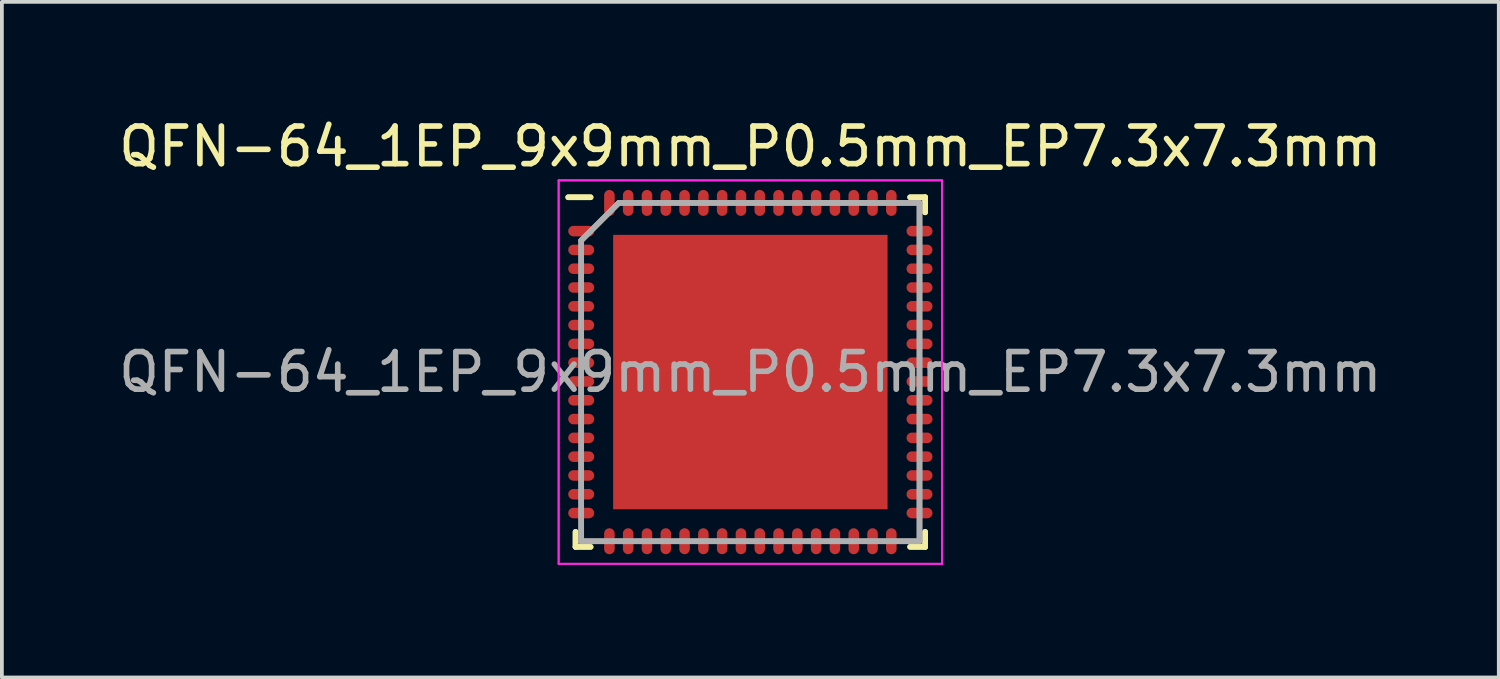
<source format=kicad_pcb>
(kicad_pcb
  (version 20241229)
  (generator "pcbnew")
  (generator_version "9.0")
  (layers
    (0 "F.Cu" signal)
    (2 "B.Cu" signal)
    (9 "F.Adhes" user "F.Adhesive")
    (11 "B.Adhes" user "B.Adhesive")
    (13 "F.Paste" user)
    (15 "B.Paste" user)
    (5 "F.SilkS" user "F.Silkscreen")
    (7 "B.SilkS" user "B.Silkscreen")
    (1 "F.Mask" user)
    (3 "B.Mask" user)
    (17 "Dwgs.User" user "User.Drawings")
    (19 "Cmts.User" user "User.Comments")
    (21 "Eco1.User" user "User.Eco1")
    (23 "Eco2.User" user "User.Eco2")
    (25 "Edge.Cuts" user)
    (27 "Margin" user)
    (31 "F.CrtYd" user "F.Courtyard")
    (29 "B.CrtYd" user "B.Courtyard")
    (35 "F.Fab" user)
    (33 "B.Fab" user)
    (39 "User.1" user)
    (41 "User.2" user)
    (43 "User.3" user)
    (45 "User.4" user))
  (footprint "QFN-64_1EP_9x9mm_P0.5mm_EP7.3x7.3mm"
    (layer "F.Cu")
    (at 16.911 6.848)
    (property "Reference" "QFN-64_1EP_9x9mm_P0.5mm_EP7.3x7.3mm" (at 0 -6 0) (layer "F.SilkS") (effects (font (size 1 1) (thickness 0.15))))
    (attr smd)
    (fp_line (start -4.65 4.65) (end -4.65 4.25) (stroke (width 0.15) (type solid)) (layer "F.SilkS"))
    (fp_line (start -4.65 4.65) (end -4.65 4.25) (stroke (width 0.15) (type solid)) (layer "F.SilkS"))
    (fp_line (start -4.25 -4.65) (end -4.845 -4.65) (stroke (width 0.15) (type solid)) (layer "F.SilkS"))
    (fp_line (start -4.25 -4.65) (end -4.845 -4.65) (stroke (width 0.15) (type solid)) (layer "F.SilkS"))
    (fp_line (start -4.25 4.65) (end -4.65 4.65) (stroke (width 0.15) (type solid)) (layer "F.SilkS"))
    (fp_line (start -4.25 4.65) (end -4.65 4.65) (stroke (width 0.15) (type solid)) (layer "F.SilkS"))
    (fp_line (start 4.25 -4.65) (end 4.65 -4.65) (stroke (width 0.15) (type solid)) (layer "F.SilkS"))
    (fp_line (start 4.25 -4.65) (end 4.65 -4.65) (stroke (width 0.15) (type solid)) (layer "F.SilkS"))
    (fp_line (start 4.25 4.65) (end 4.65 4.65) (stroke (width 0.15) (type solid)) (layer "F.SilkS"))
    (fp_line (start 4.25 4.65) (end 4.65 4.65) (stroke (width 0.15) (type solid)) (layer "F.SilkS"))
    (fp_line (start 4.65 -4.65) (end 4.65 -4.25) (stroke (width 0.15) (type solid)) (layer "F.SilkS"))
    (fp_line (start 4.65 -4.65) (end 4.65 -4.25) (stroke (width 0.15) (type solid)) (layer "F.SilkS"))
    (fp_line (start 4.65 4.65) (end 4.65 4.25) (stroke (width 0.15) (type solid)) (layer "F.SilkS"))
    (fp_line (start 4.65 4.65) (end 4.65 4.25) (stroke (width 0.15) (type solid)) (layer "F.SilkS"))
    (fp_line (start -5.1 -5.1) (end 5.1 -5.1) (stroke (width 0.05) (type solid)) (layer "F.CrtYd"))
    (fp_line (start -5.1 -5.1) (end 5.1 -5.1) (stroke (width 0.05) (type solid)) (layer "F.CrtYd"))
    (fp_line (start -5.1 5.1) (end -5.1 -5.1) (stroke (width 0.05) (type solid)) (layer "F.CrtYd"))
    (fp_line (start -5.1 5.1) (end -5.1 -5.1) (stroke (width 0.05) (type solid)) (layer "F.CrtYd"))
    (fp_line (start 5.1 -5.1) (end 5.1 5.1) (stroke (width 0.05) (type solid)) (layer "F.CrtYd"))
    (fp_line (start 5.1 -5.1) (end 5.1 5.1) (stroke (width 0.05) (type solid)) (layer "F.CrtYd"))
    (fp_line (start 5.1 5.1) (end -5.1 5.1) (stroke (width 0.05) (type solid)) (layer "F.CrtYd"))
    (fp_line (start 5.1 5.1) (end -5.1 5.1) (stroke (width 0.05) (type solid)) (layer "F.CrtYd"))
    (fp_line (start -4.5 -3.5) (end -4.5 4.5) (stroke (width 0.15) (type solid)) (layer "F.Fab"))
    (fp_line (start -4.5 -3.5) (end -4.5 4.5) (stroke (width 0.15) (type solid)) (layer "F.Fab"))
    (fp_line (start -4.5 4.5) (end 4.5 4.5) (stroke (width 0.15) (type solid)) (layer "F.Fab"))
    (fp_line (start -4.5 4.5) (end 4.5 4.5) (stroke (width 0.15) (type solid)) (layer "F.Fab"))
    (fp_line (start -3.5 -4.5) (end -4.5 -3.5) (stroke (width 0.15) (type solid)) (layer "F.Fab"))
    (fp_line (start -3.5 -4.5) (end -4.5 -3.5) (stroke (width 0.15) (type solid)) (layer "F.Fab"))
    (fp_line (start 4.5 -4.5) (end -3.5 -4.5) (stroke (width 0.15) (type solid)) (layer "F.Fab"))
    (fp_line (start 4.5 -4.5) (end -3.5 -4.5) (stroke (width 0.15) (type solid)) (layer "F.Fab"))
    (fp_line (start 4.5 4.5) (end 4.5 -4.5) (stroke (width 0.15) (type solid)) (layer "F.Fab"))
    (fp_line (start 4.5 4.5) (end 4.5 -4.5) (stroke (width 0.15) (type solid)) (layer "F.Fab"))
    (fp_text user "${REFERENCE}" (at 0 0 0) (layer "F.Fab") (effects (font (size 1 1) (thickness 0.15))))
    (pad "1" smd oval (at -4.5 -3.75 90) (size 0.28 0.69) (layers "F.Cu" "F.Mask" "F.Paste"))
    (pad "2" smd oval (at -4.5 -3.25 90) (size 0.28 0.69) (layers "F.Cu" "F.Mask" "F.Paste"))
    (pad "3" smd oval (at -4.5 -2.75 90) (size 0.28 0.69) (layers "F.Cu" "F.Mask" "F.Paste"))
    (pad "4" smd oval (at -4.5 -2.25 90) (size 0.28 0.69) (layers "F.Cu" "F.Mask" "F.Paste"))
    (pad "5" smd oval (at -4.5 -1.75 90) (size 0.28 0.69) (layers "F.Cu" "F.Mask" "F.Paste"))
    (pad "6" smd oval (at -4.5 -1.25 90) (size 0.28 0.69) (layers "F.Cu" "F.Mask" "F.Paste"))
    (pad "7" smd oval (at -4.5 -0.75 90) (size 0.28 0.69) (layers "F.Cu" "F.Mask" "F.Paste"))
    (pad "8" smd oval (at -4.5 -0.25 90) (size 0.28 0.69) (layers "F.Cu" "F.Mask" "F.Paste"))
    (pad "9" smd oval (at -4.5 0.25 90) (size 0.28 0.69) (layers "F.Cu" "F.Mask" "F.Paste"))
    (pad "10" smd oval (at -4.5 0.75 90) (size 0.28 0.69) (layers "F.Cu" "F.Mask" "F.Paste"))
    (pad "11" smd oval (at -4.5 1.25 90) (size 0.28 0.69) (layers "F.Cu" "F.Mask" "F.Paste"))
    (pad "12" smd oval (at -4.5 1.75 90) (size 0.28 0.69) (layers "F.Cu" "F.Mask" "F.Paste"))
    (pad "13" smd oval (at -4.5 2.25 90) (size 0.28 0.69) (layers "F.Cu" "F.Mask" "F.Paste"))
    (pad "14" smd oval (at -4.5 2.75 90) (size 0.28 0.69) (layers "F.Cu" "F.Mask" "F.Paste"))
    (pad "15" smd oval (at -4.5 3.25 90) (size 0.28 0.69) (layers "F.Cu" "F.Mask" "F.Paste"))
    (pad "16" smd oval (at -4.5 3.75 90) (size 0.28 0.69) (layers "F.Cu" "F.Mask" "F.Paste"))
    (pad "17" smd oval (at -3.75 4.5) (size 0.28 0.69) (layers "F.Cu" "F.Mask" "F.Paste"))
    (pad "18" smd oval (at -3.25 4.5) (size 0.28 0.69) (layers "F.Cu" "F.Mask" "F.Paste"))
    (pad "19" smd oval (at -2.75 4.5) (size 0.28 0.69) (layers "F.Cu" "F.Mask" "F.Paste"))
    (pad "20" smd oval (at -2.25 4.5) (size 0.28 0.69) (layers "F.Cu" "F.Mask" "F.Paste"))
    (pad "21" smd oval (at -1.75 4.5) (size 0.28 0.69) (layers "F.Cu" "F.Mask" "F.Paste"))
    (pad "22" smd oval (at -1.25 4.5) (size 0.28 0.69) (layers "F.Cu" "F.Mask" "F.Paste"))
    (pad "23" smd oval (at -0.75 4.5) (size 0.28 0.69) (layers "F.Cu" "F.Mask" "F.Paste"))
    (pad "24" smd oval (at -0.25 4.5) (size 0.28 0.69) (layers "F.Cu" "F.Mask" "F.Paste"))
    (pad "25" smd oval (at 0.25 4.5) (size 0.28 0.69) (layers "F.Cu" "F.Mask" "F.Paste"))
    (pad "26" smd oval (at 0.75 4.5) (size 0.28 0.69) (layers "F.Cu" "F.Mask" "F.Paste"))
    (pad "27" smd oval (at 1.25 4.5) (size 0.28 0.69) (layers "F.Cu" "F.Mask" "F.Paste"))
    (pad "28" smd oval (at 1.75 4.5) (size 0.28 0.69) (layers "F.Cu" "F.Mask" "F.Paste"))
    (pad "29" smd oval (at 2.25 4.5) (size 0.28 0.69) (layers "F.Cu" "F.Mask" "F.Paste"))
    (pad "30" smd oval (at 2.75 4.5) (size 0.28 0.69) (layers "F.Cu" "F.Mask" "F.Paste"))
    (pad "31" smd oval (at 3.25 4.5) (size 0.28 0.69) (layers "F.Cu" "F.Mask" "F.Paste"))
    (pad "32" smd oval (at 3.75 4.5) (size 0.28 0.69) (layers "F.Cu" "F.Mask" "F.Paste"))
    (pad "33" smd oval (at 4.5 3.75 90) (size 0.28 0.69) (layers "F.Cu" "F.Mask" "F.Paste"))
    (pad "34" smd oval (at 4.5 3.25 90) (size 0.28 0.69) (layers "F.Cu" "F.Mask" "F.Paste"))
    (pad "35" smd oval (at 4.5 2.75 90) (size 0.28 0.69) (layers "F.Cu" "F.Mask" "F.Paste"))
    (pad "36" smd oval (at 4.5 2.25 90) (size 0.28 0.69) (layers "F.Cu" "F.Mask" "F.Paste"))
    (pad "37" smd oval (at 4.5 1.75 90) (size 0.28 0.69) (layers "F.Cu" "F.Mask" "F.Paste"))
    (pad "38" smd oval (at 4.5 1.25 90) (size 0.28 0.69) (layers "F.Cu" "F.Mask" "F.Paste"))
    (pad "39" smd oval (at 4.5 0.75 90) (size 0.28 0.69) (layers "F.Cu" "F.Mask" "F.Paste"))
    (pad "40" smd oval (at 4.5 0.25 90) (size 0.28 0.69) (layers "F.Cu" "F.Mask" "F.Paste"))
    (pad "41" smd oval (at 4.5 -0.25 90) (size 0.28 0.69) (layers "F.Cu" "F.Mask" "F.Paste"))
    (pad "42" smd oval (at 4.5 -0.75 90) (size 0.28 0.69) (layers "F.Cu" "F.Mask" "F.Paste"))
    (pad "43" smd oval (at 4.5 -1.25 90) (size 0.28 0.69) (layers "F.Cu" "F.Mask" "F.Paste"))
    (pad "44" smd oval (at 4.5 -1.75 90) (size 0.28 0.69) (layers "F.Cu" "F.Mask" "F.Paste"))
    (pad "45" smd oval (at 4.5 -2.25 90) (size 0.28 0.69) (layers "F.Cu" "F.Mask" "F.Paste"))
    (pad "46" smd oval (at 4.5 -2.75 90) (size 0.28 0.69) (layers "F.Cu" "F.Mask" "F.Paste"))
    (pad "47" smd oval (at 4.5 -3.25 90) (size 0.28 0.69) (layers "F.Cu" "F.Mask" "F.Paste"))
    (pad "48" smd oval (at 4.5 -3.75 90) (size 0.28 0.69) (layers "F.Cu" "F.Mask" "F.Paste"))
    (pad "49" smd oval (at 3.75 -4.5) (size 0.28 0.69) (layers "F.Cu" "F.Mask" "F.Paste"))
    (pad "50" smd oval (at 3.25 -4.5) (size 0.28 0.69) (layers "F.Cu" "F.Mask" "F.Paste"))
    (pad "51" smd oval (at 2.75 -4.5) (size 0.28 0.69) (layers "F.Cu" "F.Mask" "F.Paste"))
    (pad "52" smd oval (at 2.25 -4.5) (size 0.28 0.69) (layers "F.Cu" "F.Mask" "F.Paste"))
    (pad "53" smd oval (at 1.75 -4.5) (size 0.28 0.69) (layers "F.Cu" "F.Mask" "F.Paste"))
    (pad "54" smd oval (at 1.25 -4.5) (size 0.28 0.69) (layers "F.Cu" "F.Mask" "F.Paste"))
    (pad "55" smd oval (at 0.75 -4.5) (size 0.28 0.69) (layers "F.Cu" "F.Mask" "F.Paste"))
    (pad "56" smd oval (at 0.25 -4.5) (size 0.28 0.69) (layers "F.Cu" "F.Mask" "F.Paste"))
    (pad "57" smd oval (at -0.25 -4.5) (size 0.28 0.69) (layers "F.Cu" "F.Mask" "F.Paste"))
    (pad "58" smd oval (at -0.75 -4.5) (size 0.28 0.69) (layers "F.Cu" "F.Mask" "F.Paste"))
    (pad "59" smd oval (at -1.25 -4.5) (size 0.28 0.69) (layers "F.Cu" "F.Mask" "F.Paste"))
    (pad "60" smd oval (at -1.75 -4.5) (size 0.28 0.69) (layers "F.Cu" "F.Mask" "F.Paste"))
    (pad "61" smd oval (at -2.25 -4.5) (size 0.28 0.69) (layers "F.Cu" "F.Mask" "F.Paste"))
    (pad "62" smd oval (at -2.75 -4.5) (size 0.28 0.69) (layers "F.Cu" "F.Mask" "F.Paste"))
    (pad "63" smd oval (at -3.25 -4.5) (size 0.28 0.69) (layers "F.Cu" "F.Mask" "F.Paste"))
    (pad "64" smd oval (at -3.75 -4.5) (size 0.28 0.69) (layers "F.Cu" "F.Mask" "F.Paste"))
    (pad "65" smd rect (at 0 0) (size 7.3 7.3) (layers "F.Cu" "F.Mask" "F.Paste")))
  (gr_rect
    (start -3 -3)
    (end 36.821 14.973)
    (stroke (width 0.1) (type default))
    (fill no)
    (layer "Edge.Cuts")))
</source>
